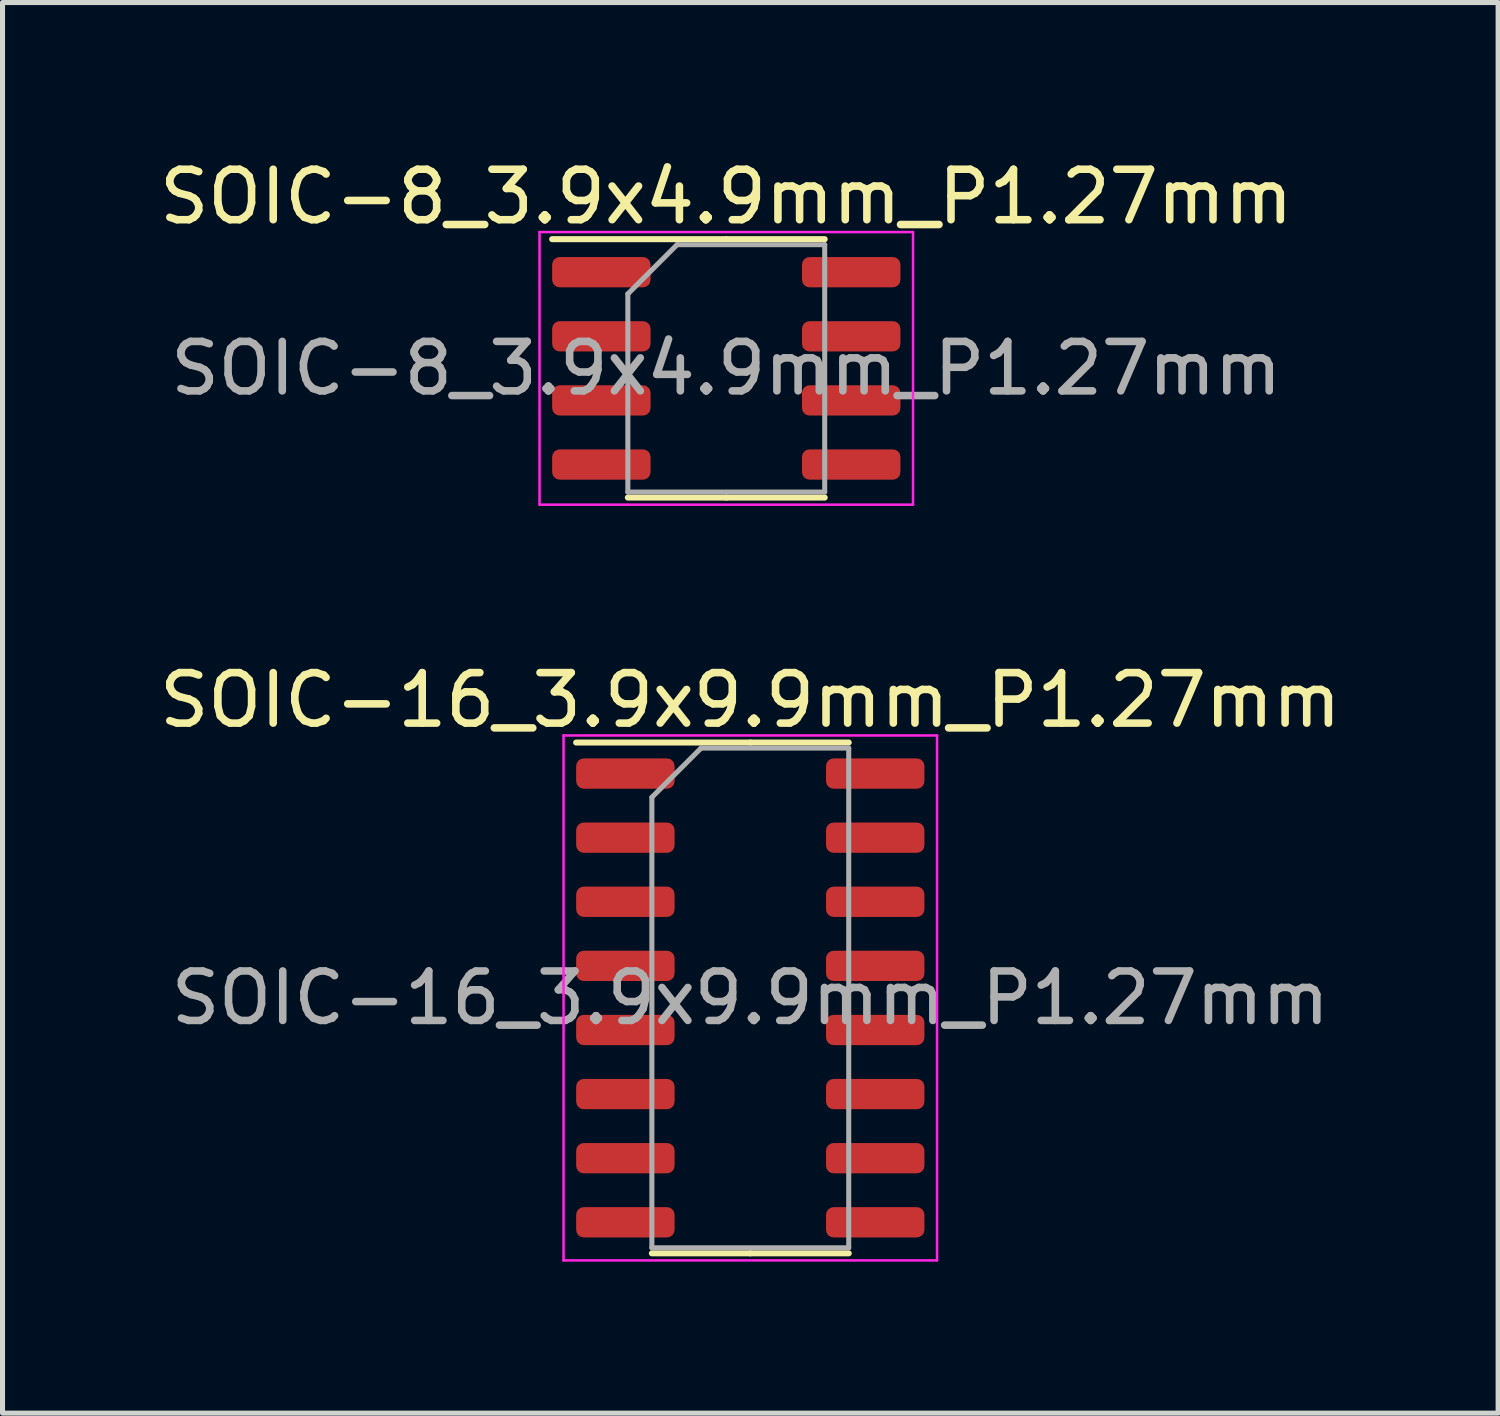
<source format=kicad_pcb>
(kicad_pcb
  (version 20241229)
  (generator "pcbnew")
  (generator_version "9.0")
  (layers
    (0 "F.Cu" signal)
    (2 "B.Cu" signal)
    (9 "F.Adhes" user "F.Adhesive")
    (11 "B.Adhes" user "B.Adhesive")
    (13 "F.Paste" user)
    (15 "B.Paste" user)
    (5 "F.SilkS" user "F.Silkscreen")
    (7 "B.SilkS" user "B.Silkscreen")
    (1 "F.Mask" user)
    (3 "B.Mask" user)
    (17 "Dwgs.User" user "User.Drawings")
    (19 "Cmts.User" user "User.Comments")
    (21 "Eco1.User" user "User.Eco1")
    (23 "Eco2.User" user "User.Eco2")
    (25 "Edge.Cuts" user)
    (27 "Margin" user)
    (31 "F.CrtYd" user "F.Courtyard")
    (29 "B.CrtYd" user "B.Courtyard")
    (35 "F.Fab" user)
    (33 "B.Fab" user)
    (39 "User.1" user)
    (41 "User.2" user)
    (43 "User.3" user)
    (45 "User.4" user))
  (footprint "SOIC-16_3.9x9.9mm_P1.27mm"
    (layer "F.Cu")
    (at 11.815 16.721)
    (property "Reference" "SOIC-16_3.9x9.9mm_P1.27mm" (at 0 -5.9 0) (layer "F.SilkS") (effects (font (size 1 1) (thickness 0.15))))
    (attr smd)
    (fp_line (start 0 -5.06) (end -3.45 -5.06) (stroke (width 0.12) (type solid)) (layer "F.SilkS"))
    (fp_line (start 0 -5.06) (end 1.95 -5.06) (stroke (width 0.12) (type solid)) (layer "F.SilkS"))
    (fp_line (start 0 5.06) (end -1.95 5.06) (stroke (width 0.12) (type solid)) (layer "F.SilkS"))
    (fp_line (start 0 5.06) (end 1.95 5.06) (stroke (width 0.12) (type solid)) (layer "F.SilkS"))
    (fp_line (start -3.7 -5.2) (end -3.7 5.2) (stroke (width 0.05) (type solid)) (layer "F.CrtYd"))
    (fp_line (start -3.7 5.2) (end 3.7 5.2) (stroke (width 0.05) (type solid)) (layer "F.CrtYd"))
    (fp_line (start 3.7 -5.2) (end -3.7 -5.2) (stroke (width 0.05) (type solid)) (layer "F.CrtYd"))
    (fp_line (start 3.7 5.2) (end 3.7 -5.2) (stroke (width 0.05) (type solid)) (layer "F.CrtYd"))
    (fp_line (start -1.95 -3.975) (end -0.975 -4.95) (stroke (width 0.1) (type solid)) (layer "F.Fab"))
    (fp_line (start -1.95 4.95) (end -1.95 -3.975) (stroke (width 0.1) (type solid)) (layer "F.Fab"))
    (fp_line (start -0.975 -4.95) (end 1.95 -4.95) (stroke (width 0.1) (type solid)) (layer "F.Fab"))
    (fp_line (start 1.95 -4.95) (end 1.95 4.95) (stroke (width 0.1) (type solid)) (layer "F.Fab"))
    (fp_line (start 1.95 4.95) (end -1.95 4.95) (stroke (width 0.1) (type solid)) (layer "F.Fab"))
    (fp_text user "${REFERENCE}" (at 0 0 0) (layer "F.Fab") (effects (font (size 0.98 0.98) (thickness 0.15))))
    (pad "1" smd roundrect (at -2.475 -4.445) (size 1.95 0.6) (layers "F.Cu" "F.Mask" "F.Paste") (roundrect_rratio 0.25))
    (pad "2" smd roundrect (at -2.475 -3.175) (size 1.95 0.6) (layers "F.Cu" "F.Mask" "F.Paste") (roundrect_rratio 0.25))
    (pad "3" smd roundrect (at -2.475 -1.905) (size 1.95 0.6) (layers "F.Cu" "F.Mask" "F.Paste") (roundrect_rratio 0.25))
    (pad "4" smd roundrect (at -2.475 -0.635) (size 1.95 0.6) (layers "F.Cu" "F.Mask" "F.Paste") (roundrect_rratio 0.25))
    (pad "5" smd roundrect (at -2.475 0.635) (size 1.95 0.6) (layers "F.Cu" "F.Mask" "F.Paste") (roundrect_rratio 0.25))
    (pad "6" smd roundrect (at -2.475 1.905) (size 1.95 0.6) (layers "F.Cu" "F.Mask" "F.Paste") (roundrect_rratio 0.25))
    (pad "7" smd roundrect (at -2.475 3.175) (size 1.95 0.6) (layers "F.Cu" "F.Mask" "F.Paste") (roundrect_rratio 0.25))
    (pad "8" smd roundrect (at -2.475 4.445) (size 1.95 0.6) (layers "F.Cu" "F.Mask" "F.Paste") (roundrect_rratio 0.25))
    (pad "9" smd roundrect (at 2.475 4.445) (size 1.95 0.6) (layers "F.Cu" "F.Mask" "F.Paste") (roundrect_rratio 0.25))
    (pad "10" smd roundrect (at 2.475 3.175) (size 1.95 0.6) (layers "F.Cu" "F.Mask" "F.Paste") (roundrect_rratio 0.25))
    (pad "11" smd roundrect (at 2.475 1.905) (size 1.95 0.6) (layers "F.Cu" "F.Mask" "F.Paste") (roundrect_rratio 0.25))
    (pad "12" smd roundrect (at 2.475 0.635) (size 1.95 0.6) (layers "F.Cu" "F.Mask" "F.Paste") (roundrect_rratio 0.25))
    (pad "13" smd roundrect (at 2.475 -0.635) (size 1.95 0.6) (layers "F.Cu" "F.Mask" "F.Paste") (roundrect_rratio 0.25))
    (pad "14" smd roundrect (at 2.475 -1.905) (size 1.95 0.6) (layers "F.Cu" "F.Mask" "F.Paste") (roundrect_rratio 0.25))
    (pad "15" smd roundrect (at 2.475 -3.175) (size 1.95 0.6) (layers "F.Cu" "F.Mask" "F.Paste") (roundrect_rratio 0.25))
    (pad "16" smd roundrect (at 2.475 -4.445) (size 1.95 0.6) (layers "F.Cu" "F.Mask" "F.Paste") (roundrect_rratio 0.25)))
  (footprint "SOIC-8_3.9x4.9mm_P1.27mm"
    (layer "F.Cu")
    (at 11.339 4.248)
    (property "Reference" "SOIC-8_3.9x4.9mm_P1.27mm" (at 0 -3.4 0) (layer "F.SilkS") (effects (font (size 1 1) (thickness 0.15))))
    (attr smd)
    (fp_line (start 0 -2.56) (end -3.45 -2.56) (stroke (width 0.12) (type solid)) (layer "F.SilkS"))
    (fp_line (start 0 -2.56) (end 1.95 -2.56) (stroke (width 0.12) (type solid)) (layer "F.SilkS"))
    (fp_line (start 0 2.56) (end -1.95 2.56) (stroke (width 0.12) (type solid)) (layer "F.SilkS"))
    (fp_line (start 0 2.56) (end 1.95 2.56) (stroke (width 0.12) (type solid)) (layer "F.SilkS"))
    (fp_line (start -3.7 -2.7) (end -3.7 2.7) (stroke (width 0.05) (type solid)) (layer "F.CrtYd"))
    (fp_line (start -3.7 2.7) (end 3.7 2.7) (stroke (width 0.05) (type solid)) (layer "F.CrtYd"))
    (fp_line (start 3.7 -2.7) (end -3.7 -2.7) (stroke (width 0.05) (type solid)) (layer "F.CrtYd"))
    (fp_line (start 3.7 2.7) (end 3.7 -2.7) (stroke (width 0.05) (type solid)) (layer "F.CrtYd"))
    (fp_line (start -1.95 -1.475) (end -0.975 -2.45) (stroke (width 0.1) (type solid)) (layer "F.Fab"))
    (fp_line (start -1.95 2.45) (end -1.95 -1.475) (stroke (width 0.1) (type solid)) (layer "F.Fab"))
    (fp_line (start -0.975 -2.45) (end 1.95 -2.45) (stroke (width 0.1) (type solid)) (layer "F.Fab"))
    (fp_line (start 1.95 -2.45) (end 1.95 2.45) (stroke (width 0.1) (type solid)) (layer "F.Fab"))
    (fp_line (start 1.95 2.45) (end -1.95 2.45) (stroke (width 0.1) (type solid)) (layer "F.Fab"))
    (fp_text user "${REFERENCE}" (at 0 0 0) (layer "F.Fab") (effects (font (size 0.98 0.98) (thickness 0.15))))
    (pad "1" smd roundrect (at -2.475 -1.905) (size 1.95 0.6) (layers "F.Cu" "F.Mask" "F.Paste") (roundrect_rratio 0.25))
    (pad "2" smd roundrect (at -2.475 -0.635) (size 1.95 0.6) (layers "F.Cu" "F.Mask" "F.Paste") (roundrect_rratio 0.25))
    (pad "3" smd roundrect (at -2.475 0.635) (size 1.95 0.6) (layers "F.Cu" "F.Mask" "F.Paste") (roundrect_rratio 0.25))
    (pad "4" smd roundrect (at -2.475 1.905) (size 1.95 0.6) (layers "F.Cu" "F.Mask" "F.Paste") (roundrect_rratio 0.25))
    (pad "5" smd roundrect (at 2.475 1.905) (size 1.95 0.6) (layers "F.Cu" "F.Mask" "F.Paste") (roundrect_rratio 0.25))
    (pad "6" smd roundrect (at 2.475 0.635) (size 1.95 0.6) (layers "F.Cu" "F.Mask" "F.Paste") (roundrect_rratio 0.25))
    (pad "7" smd roundrect (at 2.475 -0.635) (size 1.95 0.6) (layers "F.Cu" "F.Mask" "F.Paste") (roundrect_rratio 0.25))
    (pad "8" smd roundrect (at 2.475 -1.905) (size 1.95 0.6) (layers "F.Cu" "F.Mask" "F.Paste") (roundrect_rratio 0.25)))
  (gr_rect
    (start -3 -3)
    (end 26.631 24.947)
    (stroke (width 0.1) (type default))
    (fill no)
    (layer "Edge.Cuts")))
</source>
